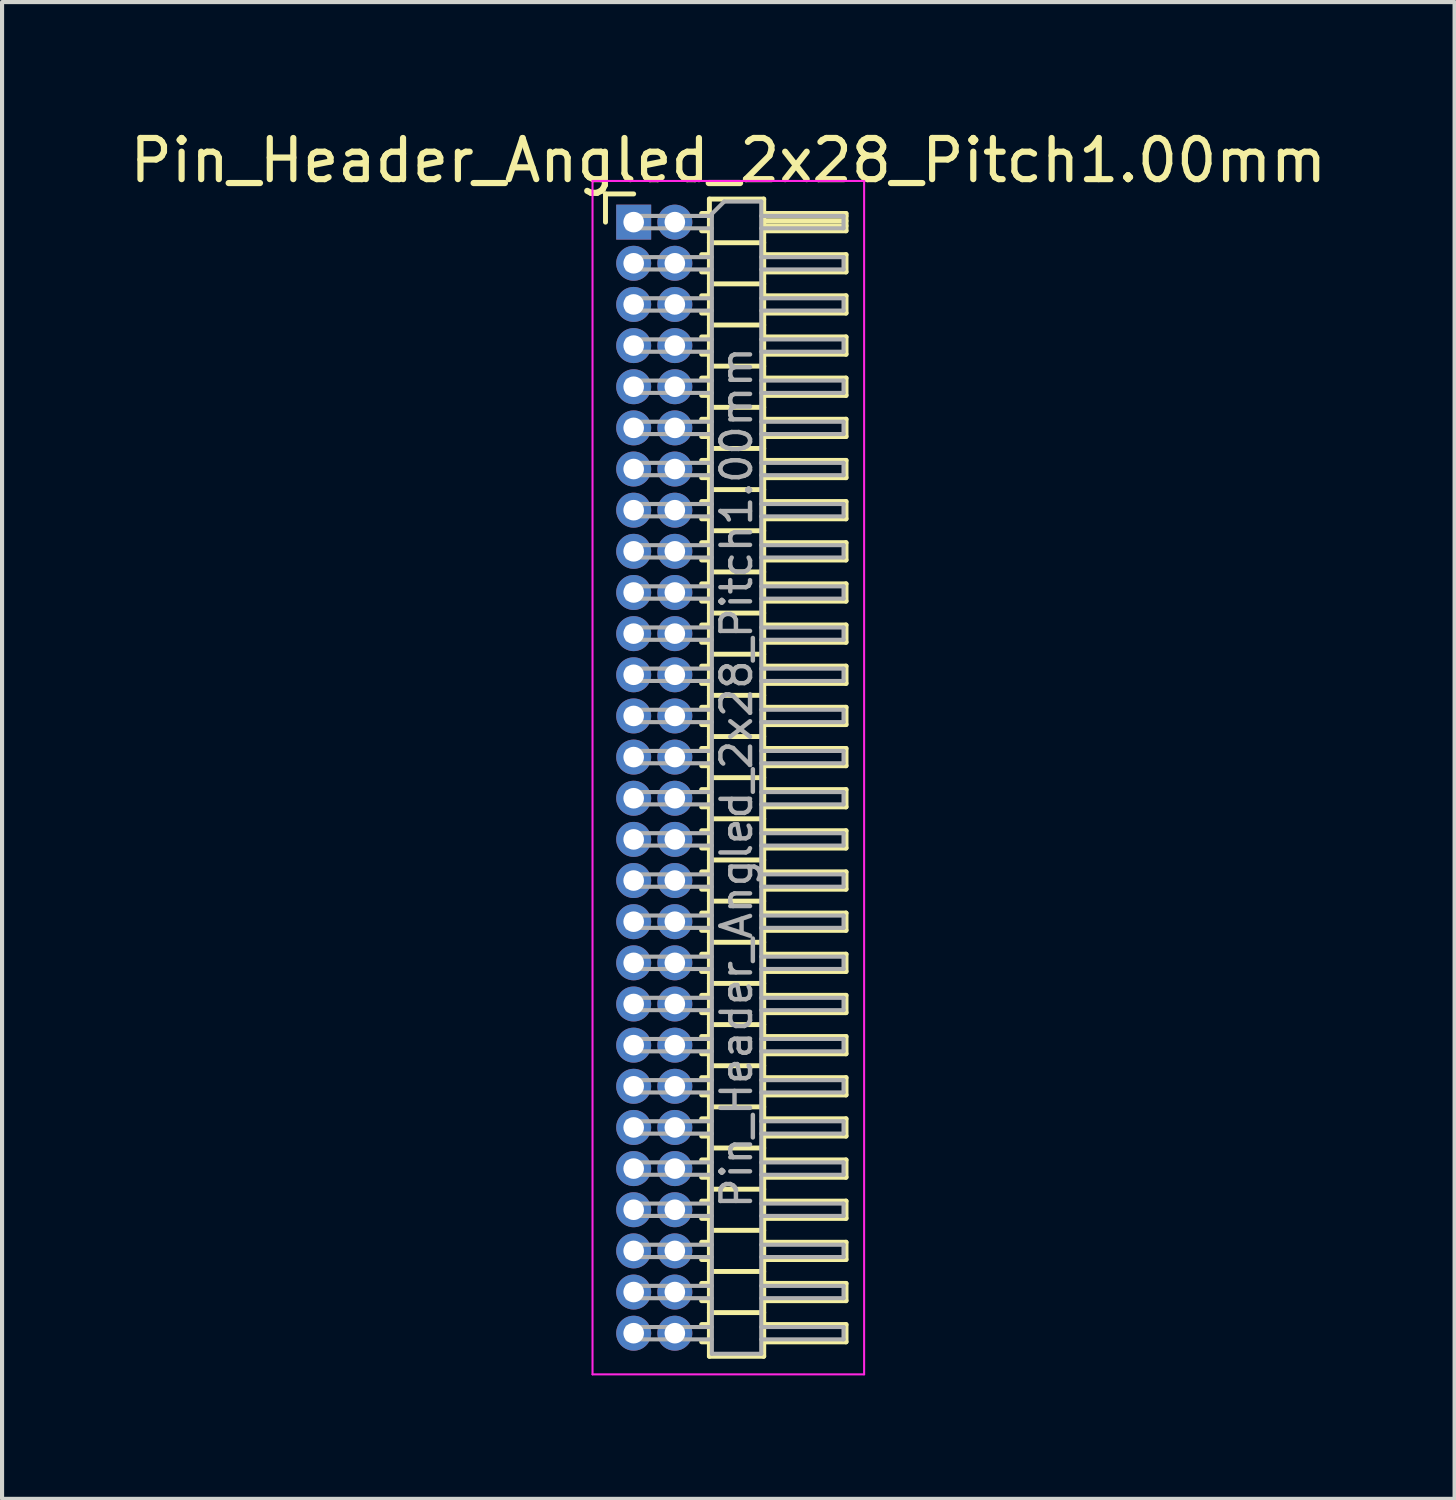
<source format=kicad_pcb>
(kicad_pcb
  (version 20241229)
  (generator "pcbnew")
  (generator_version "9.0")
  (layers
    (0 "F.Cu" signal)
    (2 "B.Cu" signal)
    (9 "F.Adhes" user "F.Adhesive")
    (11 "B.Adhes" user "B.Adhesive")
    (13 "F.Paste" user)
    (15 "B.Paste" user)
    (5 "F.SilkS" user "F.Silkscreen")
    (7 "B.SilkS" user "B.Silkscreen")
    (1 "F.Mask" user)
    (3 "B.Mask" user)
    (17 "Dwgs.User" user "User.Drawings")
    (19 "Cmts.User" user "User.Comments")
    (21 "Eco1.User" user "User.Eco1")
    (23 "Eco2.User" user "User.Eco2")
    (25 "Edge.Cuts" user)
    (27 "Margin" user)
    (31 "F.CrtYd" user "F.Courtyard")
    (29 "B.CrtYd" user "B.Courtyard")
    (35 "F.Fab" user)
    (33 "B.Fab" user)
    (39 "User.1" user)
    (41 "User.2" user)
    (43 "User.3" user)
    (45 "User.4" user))
  (footprint "Pin_Header_Angled_2x28_Pitch1.00mm"
    (layer "F.Cu")
    (at 12.349 2.348)
    (property "Reference" "Pin_Header_Angled_2x28_Pitch1.00mm" (at 2.3 -1.5 0) (layer "F.SilkS") (effects (font (size 1 1) (thickness 0.15))))
    (attr through_hole)
    (fp_line (start -0.685 -0.685) (end 0 -0.685) (stroke (width 0.12) (type solid)) (layer "F.SilkS"))
    (fp_line (start -0.685 0) (end -0.685 -0.685) (stroke (width 0.12) (type solid)) (layer "F.SilkS"))
    (fp_line (start 1.652 -0.21) (end 1.84 -0.21) (stroke (width 0.12) (type solid)) (layer "F.SilkS"))
    (fp_line (start 1.652 0.21) (end 1.84 0.21) (stroke (width 0.12) (type solid)) (layer "F.SilkS"))
    (fp_line (start 1.652 0.79) (end 1.84 0.79) (stroke (width 0.12) (type solid)) (layer "F.SilkS"))
    (fp_line (start 1.652 1.21) (end 1.84 1.21) (stroke (width 0.12) (type solid)) (layer "F.SilkS"))
    (fp_line (start 1.652 1.79) (end 1.84 1.79) (stroke (width 0.12) (type solid)) (layer "F.SilkS"))
    (fp_line (start 1.652 2.21) (end 1.84 2.21) (stroke (width 0.12) (type solid)) (layer "F.SilkS"))
    (fp_line (start 1.652 2.79) (end 1.84 2.79) (stroke (width 0.12) (type solid)) (layer "F.SilkS"))
    (fp_line (start 1.652 3.21) (end 1.84 3.21) (stroke (width 0.12) (type solid)) (layer "F.SilkS"))
    (fp_line (start 1.652 3.79) (end 1.84 3.79) (stroke (width 0.12) (type solid)) (layer "F.SilkS"))
    (fp_line (start 1.652 4.21) (end 1.84 4.21) (stroke (width 0.12) (type solid)) (layer "F.SilkS"))
    (fp_line (start 1.652 4.79) (end 1.84 4.79) (stroke (width 0.12) (type solid)) (layer "F.SilkS"))
    (fp_line (start 1.652 5.21) (end 1.84 5.21) (stroke (width 0.12) (type solid)) (layer "F.SilkS"))
    (fp_line (start 1.652 5.79) (end 1.84 5.79) (stroke (width 0.12) (type solid)) (layer "F.SilkS"))
    (fp_line (start 1.652 6.21) (end 1.84 6.21) (stroke (width 0.12) (type solid)) (layer "F.SilkS"))
    (fp_line (start 1.652 6.79) (end 1.84 6.79) (stroke (width 0.12) (type solid)) (layer "F.SilkS"))
    (fp_line (start 1.652 7.21) (end 1.84 7.21) (stroke (width 0.12) (type solid)) (layer "F.SilkS"))
    (fp_line (start 1.652 7.79) (end 1.84 7.79) (stroke (width 0.12) (type solid)) (layer "F.SilkS"))
    (fp_line (start 1.652 8.21) (end 1.84 8.21) (stroke (width 0.12) (type solid)) (layer "F.SilkS"))
    (fp_line (start 1.652 8.79) (end 1.84 8.79) (stroke (width 0.12) (type solid)) (layer "F.SilkS"))
    (fp_line (start 1.652 9.21) (end 1.84 9.21) (stroke (width 0.12) (type solid)) (layer "F.SilkS"))
    (fp_line (start 1.652 9.79) (end 1.84 9.79) (stroke (width 0.12) (type solid)) (layer "F.SilkS"))
    (fp_line (start 1.652 10.21) (end 1.84 10.21) (stroke (width 0.12) (type solid)) (layer "F.SilkS"))
    (fp_line (start 1.652 10.79) (end 1.84 10.79) (stroke (width 0.12) (type solid)) (layer "F.SilkS"))
    (fp_line (start 1.652 11.21) (end 1.84 11.21) (stroke (width 0.12) (type solid)) (layer "F.SilkS"))
    (fp_line (start 1.652 11.79) (end 1.84 11.79) (stroke (width 0.12) (type solid)) (layer "F.SilkS"))
    (fp_line (start 1.652 12.21) (end 1.84 12.21) (stroke (width 0.12) (type solid)) (layer "F.SilkS"))
    (fp_line (start 1.652 12.79) (end 1.84 12.79) (stroke (width 0.12) (type solid)) (layer "F.SilkS"))
    (fp_line (start 1.652 13.21) (end 1.84 13.21) (stroke (width 0.12) (type solid)) (layer "F.SilkS"))
    (fp_line (start 1.652 13.79) (end 1.84 13.79) (stroke (width 0.12) (type solid)) (layer "F.SilkS"))
    (fp_line (start 1.652 14.21) (end 1.84 14.21) (stroke (width 0.12) (type solid)) (layer "F.SilkS"))
    (fp_line (start 1.652 14.79) (end 1.84 14.79) (stroke (width 0.12) (type solid)) (layer "F.SilkS"))
    (fp_line (start 1.652 15.21) (end 1.84 15.21) (stroke (width 0.12) (type solid)) (layer "F.SilkS"))
    (fp_line (start 1.652 15.79) (end 1.84 15.79) (stroke (width 0.12) (type solid)) (layer "F.SilkS"))
    (fp_line (start 1.652 16.21) (end 1.84 16.21) (stroke (width 0.12) (type solid)) (layer "F.SilkS"))
    (fp_line (start 1.652 16.79) (end 1.84 16.79) (stroke (width 0.12) (type solid)) (layer "F.SilkS"))
    (fp_line (start 1.652 17.21) (end 1.84 17.21) (stroke (width 0.12) (type solid)) (layer "F.SilkS"))
    (fp_line (start 1.652 17.79) (end 1.84 17.79) (stroke (width 0.12) (type solid)) (layer "F.SilkS"))
    (fp_line (start 1.652 18.21) (end 1.84 18.21) (stroke (width 0.12) (type solid)) (layer "F.SilkS"))
    (fp_line (start 1.652 18.79) (end 1.84 18.79) (stroke (width 0.12) (type solid)) (layer "F.SilkS"))
    (fp_line (start 1.652 19.21) (end 1.84 19.21) (stroke (width 0.12) (type solid)) (layer "F.SilkS"))
    (fp_line (start 1.652 19.79) (end 1.84 19.79) (stroke (width 0.12) (type solid)) (layer "F.SilkS"))
    (fp_line (start 1.652 20.21) (end 1.84 20.21) (stroke (width 0.12) (type solid)) (layer "F.SilkS"))
    (fp_line (start 1.652 20.79) (end 1.84 20.79) (stroke (width 0.12) (type solid)) (layer "F.SilkS"))
    (fp_line (start 1.652 21.21) (end 1.84 21.21) (stroke (width 0.12) (type solid)) (layer "F.SilkS"))
    (fp_line (start 1.652 21.79) (end 1.84 21.79) (stroke (width 0.12) (type solid)) (layer "F.SilkS"))
    (fp_line (start 1.652 22.21) (end 1.84 22.21) (stroke (width 0.12) (type solid)) (layer "F.SilkS"))
    (fp_line (start 1.652 22.79) (end 1.84 22.79) (stroke (width 0.12) (type solid)) (layer "F.SilkS"))
    (fp_line (start 1.652 23.21) (end 1.84 23.21) (stroke (width 0.12) (type solid)) (layer "F.SilkS"))
    (fp_line (start 1.652 23.79) (end 1.84 23.79) (stroke (width 0.12) (type solid)) (layer "F.SilkS"))
    (fp_line (start 1.652 24.21) (end 1.84 24.21) (stroke (width 0.12) (type solid)) (layer "F.SilkS"))
    (fp_line (start 1.652 24.79) (end 1.84 24.79) (stroke (width 0.12) (type solid)) (layer "F.SilkS"))
    (fp_line (start 1.652 25.21) (end 1.84 25.21) (stroke (width 0.12) (type solid)) (layer "F.SilkS"))
    (fp_line (start 1.652 25.79) (end 1.84 25.79) (stroke (width 0.12) (type solid)) (layer "F.SilkS"))
    (fp_line (start 1.652 26.21) (end 1.84 26.21) (stroke (width 0.12) (type solid)) (layer "F.SilkS"))
    (fp_line (start 1.652 26.79) (end 1.84 26.79) (stroke (width 0.12) (type solid)) (layer "F.SilkS"))
    (fp_line (start 1.652 27.21) (end 1.84 27.21) (stroke (width 0.12) (type solid)) (layer "F.SilkS"))
    (fp_line (start 1.84 -0.56) (end 1.84 27.56) (stroke (width 0.12) (type solid)) (layer "F.SilkS"))
    (fp_line (start 1.84 0.5) (end 3.16 0.5) (stroke (width 0.12) (type solid)) (layer "F.SilkS"))
    (fp_line (start 1.84 1.5) (end 3.16 1.5) (stroke (width 0.12) (type solid)) (layer "F.SilkS"))
    (fp_line (start 1.84 2.5) (end 3.16 2.5) (stroke (width 0.12) (type solid)) (layer "F.SilkS"))
    (fp_line (start 1.84 3.5) (end 3.16 3.5) (stroke (width 0.12) (type solid)) (layer "F.SilkS"))
    (fp_line (start 1.84 4.5) (end 3.16 4.5) (stroke (width 0.12) (type solid)) (layer "F.SilkS"))
    (fp_line (start 1.84 5.5) (end 3.16 5.5) (stroke (width 0.12) (type solid)) (layer "F.SilkS"))
    (fp_line (start 1.84 6.5) (end 3.16 6.5) (stroke (width 0.12) (type solid)) (layer "F.SilkS"))
    (fp_line (start 1.84 7.5) (end 3.16 7.5) (stroke (width 0.12) (type solid)) (layer "F.SilkS"))
    (fp_line (start 1.84 8.5) (end 3.16 8.5) (stroke (width 0.12) (type solid)) (layer "F.SilkS"))
    (fp_line (start 1.84 9.5) (end 3.16 9.5) (stroke (width 0.12) (type solid)) (layer "F.SilkS"))
    (fp_line (start 1.84 10.5) (end 3.16 10.5) (stroke (width 0.12) (type solid)) (layer "F.SilkS"))
    (fp_line (start 1.84 11.5) (end 3.16 11.5) (stroke (width 0.12) (type solid)) (layer "F.SilkS"))
    (fp_line (start 1.84 12.5) (end 3.16 12.5) (stroke (width 0.12) (type solid)) (layer "F.SilkS"))
    (fp_line (start 1.84 13.5) (end 3.16 13.5) (stroke (width 0.12) (type solid)) (layer "F.SilkS"))
    (fp_line (start 1.84 14.5) (end 3.16 14.5) (stroke (width 0.12) (type solid)) (layer "F.SilkS"))
    (fp_line (start 1.84 15.5) (end 3.16 15.5) (stroke (width 0.12) (type solid)) (layer "F.SilkS"))
    (fp_line (start 1.84 16.5) (end 3.16 16.5) (stroke (width 0.12) (type solid)) (layer "F.SilkS"))
    (fp_line (start 1.84 17.5) (end 3.16 17.5) (stroke (width 0.12) (type solid)) (layer "F.SilkS"))
    (fp_line (start 1.84 18.5) (end 3.16 18.5) (stroke (width 0.12) (type solid)) (layer "F.SilkS"))
    (fp_line (start 1.84 19.5) (end 3.16 19.5) (stroke (width 0.12) (type solid)) (layer "F.SilkS"))
    (fp_line (start 1.84 20.5) (end 3.16 20.5) (stroke (width 0.12) (type solid)) (layer "F.SilkS"))
    (fp_line (start 1.84 21.5) (end 3.16 21.5) (stroke (width 0.12) (type solid)) (layer "F.SilkS"))
    (fp_line (start 1.84 22.5) (end 3.16 22.5) (stroke (width 0.12) (type solid)) (layer "F.SilkS"))
    (fp_line (start 1.84 23.5) (end 3.16 23.5) (stroke (width 0.12) (type solid)) (layer "F.SilkS"))
    (fp_line (start 1.84 24.5) (end 3.16 24.5) (stroke (width 0.12) (type solid)) (layer "F.SilkS"))
    (fp_line (start 1.84 25.5) (end 3.16 25.5) (stroke (width 0.12) (type solid)) (layer "F.SilkS"))
    (fp_line (start 1.84 26.5) (end 3.16 26.5) (stroke (width 0.12) (type solid)) (layer "F.SilkS"))
    (fp_line (start 1.84 27.56) (end 3.16 27.56) (stroke (width 0.12) (type solid)) (layer "F.SilkS"))
    (fp_line (start 3.16 -0.56) (end 1.84 -0.56) (stroke (width 0.12) (type solid)) (layer "F.SilkS"))
    (fp_line (start 3.16 -0.21) (end 5.16 -0.21) (stroke (width 0.12) (type solid)) (layer "F.SilkS"))
    (fp_line (start 3.16 -0.15) (end 5.16 -0.15) (stroke (width 0.12) (type solid)) (layer "F.SilkS"))
    (fp_line (start 3.16 -0.03) (end 5.16 -0.03) (stroke (width 0.12) (type solid)) (layer "F.SilkS"))
    (fp_line (start 3.16 0.09) (end 5.16 0.09) (stroke (width 0.12) (type solid)) (layer "F.SilkS"))
    (fp_line (start 3.16 0.79) (end 5.16 0.79) (stroke (width 0.12) (type solid)) (layer "F.SilkS"))
    (fp_line (start 3.16 1.79) (end 5.16 1.79) (stroke (width 0.12) (type solid)) (layer "F.SilkS"))
    (fp_line (start 3.16 2.79) (end 5.16 2.79) (stroke (width 0.12) (type solid)) (layer "F.SilkS"))
    (fp_line (start 3.16 3.79) (end 5.16 3.79) (stroke (width 0.12) (type solid)) (layer "F.SilkS"))
    (fp_line (start 3.16 4.79) (end 5.16 4.79) (stroke (width 0.12) (type solid)) (layer "F.SilkS"))
    (fp_line (start 3.16 5.79) (end 5.16 5.79) (stroke (width 0.12) (type solid)) (layer "F.SilkS"))
    (fp_line (start 3.16 6.79) (end 5.16 6.79) (stroke (width 0.12) (type solid)) (layer "F.SilkS"))
    (fp_line (start 3.16 7.79) (end 5.16 7.79) (stroke (width 0.12) (type solid)) (layer "F.SilkS"))
    (fp_line (start 3.16 8.79) (end 5.16 8.79) (stroke (width 0.12) (type solid)) (layer "F.SilkS"))
    (fp_line (start 3.16 9.79) (end 5.16 9.79) (stroke (width 0.12) (type solid)) (layer "F.SilkS"))
    (fp_line (start 3.16 10.79) (end 5.16 10.79) (stroke (width 0.12) (type solid)) (layer "F.SilkS"))
    (fp_line (start 3.16 11.79) (end 5.16 11.79) (stroke (width 0.12) (type solid)) (layer "F.SilkS"))
    (fp_line (start 3.16 12.79) (end 5.16 12.79) (stroke (width 0.12) (type solid)) (layer "F.SilkS"))
    (fp_line (start 3.16 13.79) (end 5.16 13.79) (stroke (width 0.12) (type solid)) (layer "F.SilkS"))
    (fp_line (start 3.16 14.79) (end 5.16 14.79) (stroke (width 0.12) (type solid)) (layer "F.SilkS"))
    (fp_line (start 3.16 15.79) (end 5.16 15.79) (stroke (width 0.12) (type solid)) (layer "F.SilkS"))
    (fp_line (start 3.16 16.79) (end 5.16 16.79) (stroke (width 0.12) (type solid)) (layer "F.SilkS"))
    (fp_line (start 3.16 17.79) (end 5.16 17.79) (stroke (width 0.12) (type solid)) (layer "F.SilkS"))
    (fp_line (start 3.16 18.79) (end 5.16 18.79) (stroke (width 0.12) (type solid)) (layer "F.SilkS"))
    (fp_line (start 3.16 19.79) (end 5.16 19.79) (stroke (width 0.12) (type solid)) (layer "F.SilkS"))
    (fp_line (start 3.16 20.79) (end 5.16 20.79) (stroke (width 0.12) (type solid)) (layer "F.SilkS"))
    (fp_line (start 3.16 21.79) (end 5.16 21.79) (stroke (width 0.12) (type solid)) (layer "F.SilkS"))
    (fp_line (start 3.16 22.79) (end 5.16 22.79) (stroke (width 0.12) (type solid)) (layer "F.SilkS"))
    (fp_line (start 3.16 23.79) (end 5.16 23.79) (stroke (width 0.12) (type solid)) (layer "F.SilkS"))
    (fp_line (start 3.16 24.79) (end 5.16 24.79) (stroke (width 0.12) (type solid)) (layer "F.SilkS"))
    (fp_line (start 3.16 25.79) (end 5.16 25.79) (stroke (width 0.12) (type solid)) (layer "F.SilkS"))
    (fp_line (start 3.16 26.79) (end 5.16 26.79) (stroke (width 0.12) (type solid)) (layer "F.SilkS"))
    (fp_line (start 3.16 27.56) (end 3.16 -0.56) (stroke (width 0.12) (type solid)) (layer "F.SilkS"))
    (fp_line (start 5.16 -0.21) (end 5.16 0.21) (stroke (width 0.12) (type solid)) (layer "F.SilkS"))
    (fp_line (start 5.16 0.21) (end 3.16 0.21) (stroke (width 0.12) (type solid)) (layer "F.SilkS"))
    (fp_line (start 5.16 0.79) (end 5.16 1.21) (stroke (width 0.12) (type solid)) (layer "F.SilkS"))
    (fp_line (start 5.16 1.21) (end 3.16 1.21) (stroke (width 0.12) (type solid)) (layer "F.SilkS"))
    (fp_line (start 5.16 1.79) (end 5.16 2.21) (stroke (width 0.12) (type solid)) (layer "F.SilkS"))
    (fp_line (start 5.16 2.21) (end 3.16 2.21) (stroke (width 0.12) (type solid)) (layer "F.SilkS"))
    (fp_line (start 5.16 2.79) (end 5.16 3.21) (stroke (width 0.12) (type solid)) (layer "F.SilkS"))
    (fp_line (start 5.16 3.21) (end 3.16 3.21) (stroke (width 0.12) (type solid)) (layer "F.SilkS"))
    (fp_line (start 5.16 3.79) (end 5.16 4.21) (stroke (width 0.12) (type solid)) (layer "F.SilkS"))
    (fp_line (start 5.16 4.21) (end 3.16 4.21) (stroke (width 0.12) (type solid)) (layer "F.SilkS"))
    (fp_line (start 5.16 4.79) (end 5.16 5.21) (stroke (width 0.12) (type solid)) (layer "F.SilkS"))
    (fp_line (start 5.16 5.21) (end 3.16 5.21) (stroke (width 0.12) (type solid)) (layer "F.SilkS"))
    (fp_line (start 5.16 5.79) (end 5.16 6.21) (stroke (width 0.12) (type solid)) (layer "F.SilkS"))
    (fp_line (start 5.16 6.21) (end 3.16 6.21) (stroke (width 0.12) (type solid)) (layer "F.SilkS"))
    (fp_line (start 5.16 6.79) (end 5.16 7.21) (stroke (width 0.12) (type solid)) (layer "F.SilkS"))
    (fp_line (start 5.16 7.21) (end 3.16 7.21) (stroke (width 0.12) (type solid)) (layer "F.SilkS"))
    (fp_line (start 5.16 7.79) (end 5.16 8.21) (stroke (width 0.12) (type solid)) (layer "F.SilkS"))
    (fp_line (start 5.16 8.21) (end 3.16 8.21) (stroke (width 0.12) (type solid)) (layer "F.SilkS"))
    (fp_line (start 5.16 8.79) (end 5.16 9.21) (stroke (width 0.12) (type solid)) (layer "F.SilkS"))
    (fp_line (start 5.16 9.21) (end 3.16 9.21) (stroke (width 0.12) (type solid)) (layer "F.SilkS"))
    (fp_line (start 5.16 9.79) (end 5.16 10.21) (stroke (width 0.12) (type solid)) (layer "F.SilkS"))
    (fp_line (start 5.16 10.21) (end 3.16 10.21) (stroke (width 0.12) (type solid)) (layer "F.SilkS"))
    (fp_line (start 5.16 10.79) (end 5.16 11.21) (stroke (width 0.12) (type solid)) (layer "F.SilkS"))
    (fp_line (start 5.16 11.21) (end 3.16 11.21) (stroke (width 0.12) (type solid)) (layer "F.SilkS"))
    (fp_line (start 5.16 11.79) (end 5.16 12.21) (stroke (width 0.12) (type solid)) (layer "F.SilkS"))
    (fp_line (start 5.16 12.21) (end 3.16 12.21) (stroke (width 0.12) (type solid)) (layer "F.SilkS"))
    (fp_line (start 5.16 12.79) (end 5.16 13.21) (stroke (width 0.12) (type solid)) (layer "F.SilkS"))
    (fp_line (start 5.16 13.21) (end 3.16 13.21) (stroke (width 0.12) (type solid)) (layer "F.SilkS"))
    (fp_line (start 5.16 13.79) (end 5.16 14.21) (stroke (width 0.12) (type solid)) (layer "F.SilkS"))
    (fp_line (start 5.16 14.21) (end 3.16 14.21) (stroke (width 0.12) (type solid)) (layer "F.SilkS"))
    (fp_line (start 5.16 14.79) (end 5.16 15.21) (stroke (width 0.12) (type solid)) (layer "F.SilkS"))
    (fp_line (start 5.16 15.21) (end 3.16 15.21) (stroke (width 0.12) (type solid)) (layer "F.SilkS"))
    (fp_line (start 5.16 15.79) (end 5.16 16.21) (stroke (width 0.12) (type solid)) (layer "F.SilkS"))
    (fp_line (start 5.16 16.21) (end 3.16 16.21) (stroke (width 0.12) (type solid)) (layer "F.SilkS"))
    (fp_line (start 5.16 16.79) (end 5.16 17.21) (stroke (width 0.12) (type solid)) (layer "F.SilkS"))
    (fp_line (start 5.16 17.21) (end 3.16 17.21) (stroke (width 0.12) (type solid)) (layer "F.SilkS"))
    (fp_line (start 5.16 17.79) (end 5.16 18.21) (stroke (width 0.12) (type solid)) (layer "F.SilkS"))
    (fp_line (start 5.16 18.21) (end 3.16 18.21) (stroke (width 0.12) (type solid)) (layer "F.SilkS"))
    (fp_line (start 5.16 18.79) (end 5.16 19.21) (stroke (width 0.12) (type solid)) (layer "F.SilkS"))
    (fp_line (start 5.16 19.21) (end 3.16 19.21) (stroke (width 0.12) (type solid)) (layer "F.SilkS"))
    (fp_line (start 5.16 19.79) (end 5.16 20.21) (stroke (width 0.12) (type solid)) (layer "F.SilkS"))
    (fp_line (start 5.16 20.21) (end 3.16 20.21) (stroke (width 0.12) (type solid)) (layer "F.SilkS"))
    (fp_line (start 5.16 20.79) (end 5.16 21.21) (stroke (width 0.12) (type solid)) (layer "F.SilkS"))
    (fp_line (start 5.16 21.21) (end 3.16 21.21) (stroke (width 0.12) (type solid)) (layer "F.SilkS"))
    (fp_line (start 5.16 21.79) (end 5.16 22.21) (stroke (width 0.12) (type solid)) (layer "F.SilkS"))
    (fp_line (start 5.16 22.21) (end 3.16 22.21) (stroke (width 0.12) (type solid)) (layer "F.SilkS"))
    (fp_line (start 5.16 22.79) (end 5.16 23.21) (stroke (width 0.12) (type solid)) (layer "F.SilkS"))
    (fp_line (start 5.16 23.21) (end 3.16 23.21) (stroke (width 0.12) (type solid)) (layer "F.SilkS"))
    (fp_line (start 5.16 23.79) (end 5.16 24.21) (stroke (width 0.12) (type solid)) (layer "F.SilkS"))
    (fp_line (start 5.16 24.21) (end 3.16 24.21) (stroke (width 0.12) (type solid)) (layer "F.SilkS"))
    (fp_line (start 5.16 24.79) (end 5.16 25.21) (stroke (width 0.12) (type solid)) (layer "F.SilkS"))
    (fp_line (start 5.16 25.21) (end 3.16 25.21) (stroke (width 0.12) (type solid)) (layer "F.SilkS"))
    (fp_line (start 5.16 25.79) (end 5.16 26.21) (stroke (width 0.12) (type solid)) (layer "F.SilkS"))
    (fp_line (start 5.16 26.21) (end 3.16 26.21) (stroke (width 0.12) (type solid)) (layer "F.SilkS"))
    (fp_line (start 5.16 26.79) (end 5.16 27.21) (stroke (width 0.12) (type solid)) (layer "F.SilkS"))
    (fp_line (start 5.16 27.21) (end 3.16 27.21) (stroke (width 0.12) (type solid)) (layer "F.SilkS"))
    (fp_line (start -1 -1) (end -1 28) (stroke (width 0.05) (type solid)) (layer "F.CrtYd"))
    (fp_line (start -1 28) (end 5.6 28) (stroke (width 0.05) (type solid)) (layer "F.CrtYd"))
    (fp_line (start 5.6 -1) (end -1 -1) (stroke (width 0.05) (type solid)) (layer "F.CrtYd"))
    (fp_line (start 5.6 28) (end 5.6 -1) (stroke (width 0.05) (type solid)) (layer "F.CrtYd"))
    (fp_line (start -0.15 -0.15) (end -0.15 0.15) (stroke (width 0.1) (type solid)) (layer "F.Fab"))
    (fp_line (start -0.15 -0.15) (end 1.9 -0.15) (stroke (width 0.1) (type solid)) (layer "F.Fab"))
    (fp_line (start -0.15 0.15) (end 1.9 0.15) (stroke (width 0.1) (type solid)) (layer "F.Fab"))
    (fp_line (start -0.15 0.85) (end -0.15 1.15) (stroke (width 0.1) (type solid)) (layer "F.Fab"))
    (fp_line (start -0.15 0.85) (end 1.9 0.85) (stroke (width 0.1) (type solid)) (layer "F.Fab"))
    (fp_line (start -0.15 1.15) (end 1.9 1.15) (stroke (width 0.1) (type solid)) (layer "F.Fab"))
    (fp_line (start -0.15 1.85) (end -0.15 2.15) (stroke (width 0.1) (type solid)) (layer "F.Fab"))
    (fp_line (start -0.15 1.85) (end 1.9 1.85) (stroke (width 0.1) (type solid)) (layer "F.Fab"))
    (fp_line (start -0.15 2.15) (end 1.9 2.15) (stroke (width 0.1) (type solid)) (layer "F.Fab"))
    (fp_line (start -0.15 2.85) (end -0.15 3.15) (stroke (width 0.1) (type solid)) (layer "F.Fab"))
    (fp_line (start -0.15 2.85) (end 1.9 2.85) (stroke (width 0.1) (type solid)) (layer "F.Fab"))
    (fp_line (start -0.15 3.15) (end 1.9 3.15) (stroke (width 0.1) (type solid)) (layer "F.Fab"))
    (fp_line (start -0.15 3.85) (end -0.15 4.15) (stroke (width 0.1) (type solid)) (layer "F.Fab"))
    (fp_line (start -0.15 3.85) (end 1.9 3.85) (stroke (width 0.1) (type solid)) (layer "F.Fab"))
    (fp_line (start -0.15 4.15) (end 1.9 4.15) (stroke (width 0.1) (type solid)) (layer "F.Fab"))
    (fp_line (start -0.15 4.85) (end -0.15 5.15) (stroke (width 0.1) (type solid)) (layer "F.Fab"))
    (fp_line (start -0.15 4.85) (end 1.9 4.85) (stroke (width 0.1) (type solid)) (layer "F.Fab"))
    (fp_line (start -0.15 5.15) (end 1.9 5.15) (stroke (width 0.1) (type solid)) (layer "F.Fab"))
    (fp_line (start -0.15 5.85) (end -0.15 6.15) (stroke (width 0.1) (type solid)) (layer "F.Fab"))
    (fp_line (start -0.15 5.85) (end 1.9 5.85) (stroke (width 0.1) (type solid)) (layer "F.Fab"))
    (fp_line (start -0.15 6.15) (end 1.9 6.15) (stroke (width 0.1) (type solid)) (layer "F.Fab"))
    (fp_line (start -0.15 6.85) (end -0.15 7.15) (stroke (width 0.1) (type solid)) (layer "F.Fab"))
    (fp_line (start -0.15 6.85) (end 1.9 6.85) (stroke (width 0.1) (type solid)) (layer "F.Fab"))
    (fp_line (start -0.15 7.15) (end 1.9 7.15) (stroke (width 0.1) (type solid)) (layer "F.Fab"))
    (fp_line (start -0.15 7.85) (end -0.15 8.15) (stroke (width 0.1) (type solid)) (layer "F.Fab"))
    (fp_line (start -0.15 7.85) (end 1.9 7.85) (stroke (width 0.1) (type solid)) (layer "F.Fab"))
    (fp_line (start -0.15 8.15) (end 1.9 8.15) (stroke (width 0.1) (type solid)) (layer "F.Fab"))
    (fp_line (start -0.15 8.85) (end -0.15 9.15) (stroke (width 0.1) (type solid)) (layer "F.Fab"))
    (fp_line (start -0.15 8.85) (end 1.9 8.85) (stroke (width 0.1) (type solid)) (layer "F.Fab"))
    (fp_line (start -0.15 9.15) (end 1.9 9.15) (stroke (width 0.1) (type solid)) (layer "F.Fab"))
    (fp_line (start -0.15 9.85) (end -0.15 10.15) (stroke (width 0.1) (type solid)) (layer "F.Fab"))
    (fp_line (start -0.15 9.85) (end 1.9 9.85) (stroke (width 0.1) (type solid)) (layer "F.Fab"))
    (fp_line (start -0.15 10.15) (end 1.9 10.15) (stroke (width 0.1) (type solid)) (layer "F.Fab"))
    (fp_line (start -0.15 10.85) (end -0.15 11.15) (stroke (width 0.1) (type solid)) (layer "F.Fab"))
    (fp_line (start -0.15 10.85) (end 1.9 10.85) (stroke (width 0.1) (type solid)) (layer "F.Fab"))
    (fp_line (start -0.15 11.15) (end 1.9 11.15) (stroke (width 0.1) (type solid)) (layer "F.Fab"))
    (fp_line (start -0.15 11.85) (end -0.15 12.15) (stroke (width 0.1) (type solid)) (layer "F.Fab"))
    (fp_line (start -0.15 11.85) (end 1.9 11.85) (stroke (width 0.1) (type solid)) (layer "F.Fab"))
    (fp_line (start -0.15 12.15) (end 1.9 12.15) (stroke (width 0.1) (type solid)) (layer "F.Fab"))
    (fp_line (start -0.15 12.85) (end -0.15 13.15) (stroke (width 0.1) (type solid)) (layer "F.Fab"))
    (fp_line (start -0.15 12.85) (end 1.9 12.85) (stroke (width 0.1) (type solid)) (layer "F.Fab"))
    (fp_line (start -0.15 13.15) (end 1.9 13.15) (stroke (width 0.1) (type solid)) (layer "F.Fab"))
    (fp_line (start -0.15 13.85) (end -0.15 14.15) (stroke (width 0.1) (type solid)) (layer "F.Fab"))
    (fp_line (start -0.15 13.85) (end 1.9 13.85) (stroke (width 0.1) (type solid)) (layer "F.Fab"))
    (fp_line (start -0.15 14.15) (end 1.9 14.15) (stroke (width 0.1) (type solid)) (layer "F.Fab"))
    (fp_line (start -0.15 14.85) (end -0.15 15.15) (stroke (width 0.1) (type solid)) (layer "F.Fab"))
    (fp_line (start -0.15 14.85) (end 1.9 14.85) (stroke (width 0.1) (type solid)) (layer "F.Fab"))
    (fp_line (start -0.15 15.15) (end 1.9 15.15) (stroke (width 0.1) (type solid)) (layer "F.Fab"))
    (fp_line (start -0.15 15.85) (end -0.15 16.15) (stroke (width 0.1) (type solid)) (layer "F.Fab"))
    (fp_line (start -0.15 15.85) (end 1.9 15.85) (stroke (width 0.1) (type solid)) (layer "F.Fab"))
    (fp_line (start -0.15 16.15) (end 1.9 16.15) (stroke (width 0.1) (type solid)) (layer "F.Fab"))
    (fp_line (start -0.15 16.85) (end -0.15 17.15) (stroke (width 0.1) (type solid)) (layer "F.Fab"))
    (fp_line (start -0.15 16.85) (end 1.9 16.85) (stroke (width 0.1) (type solid)) (layer "F.Fab"))
    (fp_line (start -0.15 17.15) (end 1.9 17.15) (stroke (width 0.1) (type solid)) (layer "F.Fab"))
    (fp_line (start -0.15 17.85) (end -0.15 18.15) (stroke (width 0.1) (type solid)) (layer "F.Fab"))
    (fp_line (start -0.15 17.85) (end 1.9 17.85) (stroke (width 0.1) (type solid)) (layer "F.Fab"))
    (fp_line (start -0.15 18.15) (end 1.9 18.15) (stroke (width 0.1) (type solid)) (layer "F.Fab"))
    (fp_line (start -0.15 18.85) (end -0.15 19.15) (stroke (width 0.1) (type solid)) (layer "F.Fab"))
    (fp_line (start -0.15 18.85) (end 1.9 18.85) (stroke (width 0.1) (type solid)) (layer "F.Fab"))
    (fp_line (start -0.15 19.15) (end 1.9 19.15) (stroke (width 0.1) (type solid)) (layer "F.Fab"))
    (fp_line (start -0.15 19.85) (end -0.15 20.15) (stroke (width 0.1) (type solid)) (layer "F.Fab"))
    (fp_line (start -0.15 19.85) (end 1.9 19.85) (stroke (width 0.1) (type solid)) (layer "F.Fab"))
    (fp_line (start -0.15 20.15) (end 1.9 20.15) (stroke (width 0.1) (type solid)) (layer "F.Fab"))
    (fp_line (start -0.15 20.85) (end -0.15 21.15) (stroke (width 0.1) (type solid)) (layer "F.Fab"))
    (fp_line (start -0.15 20.85) (end 1.9 20.85) (stroke (width 0.1) (type solid)) (layer "F.Fab"))
    (fp_line (start -0.15 21.15) (end 1.9 21.15) (stroke (width 0.1) (type solid)) (layer "F.Fab"))
    (fp_line (start -0.15 21.85) (end -0.15 22.15) (stroke (width 0.1) (type solid)) (layer "F.Fab"))
    (fp_line (start -0.15 21.85) (end 1.9 21.85) (stroke (width 0.1) (type solid)) (layer "F.Fab"))
    (fp_line (start -0.15 22.15) (end 1.9 22.15) (stroke (width 0.1) (type solid)) (layer "F.Fab"))
    (fp_line (start -0.15 22.85) (end -0.15 23.15) (stroke (width 0.1) (type solid)) (layer "F.Fab"))
    (fp_line (start -0.15 22.85) (end 1.9 22.85) (stroke (width 0.1) (type solid)) (layer "F.Fab"))
    (fp_line (start -0.15 23.15) (end 1.9 23.15) (stroke (width 0.1) (type solid)) (layer "F.Fab"))
    (fp_line (start -0.15 23.85) (end -0.15 24.15) (stroke (width 0.1) (type solid)) (layer "F.Fab"))
    (fp_line (start -0.15 23.85) (end 1.9 23.85) (stroke (width 0.1) (type solid)) (layer "F.Fab"))
    (fp_line (start -0.15 24.15) (end 1.9 24.15) (stroke (width 0.1) (type solid)) (layer "F.Fab"))
    (fp_line (start -0.15 24.85) (end -0.15 25.15) (stroke (width 0.1) (type solid)) (layer "F.Fab"))
    (fp_line (start -0.15 24.85) (end 1.9 24.85) (stroke (width 0.1) (type solid)) (layer "F.Fab"))
    (fp_line (start -0.15 25.15) (end 1.9 25.15) (stroke (width 0.1) (type solid)) (layer "F.Fab"))
    (fp_line (start -0.15 25.85) (end -0.15 26.15) (stroke (width 0.1) (type solid)) (layer "F.Fab"))
    (fp_line (start -0.15 25.85) (end 1.9 25.85) (stroke (width 0.1) (type solid)) (layer "F.Fab"))
    (fp_line (start -0.15 26.15) (end 1.9 26.15) (stroke (width 0.1) (type solid)) (layer "F.Fab"))
    (fp_line (start -0.15 26.85) (end -0.15 27.15) (stroke (width 0.1) (type solid)) (layer "F.Fab"))
    (fp_line (start -0.15 26.85) (end 1.9 26.85) (stroke (width 0.1) (type solid)) (layer "F.Fab"))
    (fp_line (start -0.15 27.15) (end 1.9 27.15) (stroke (width 0.1) (type solid)) (layer "F.Fab"))
    (fp_line (start 1.9 -0.2) (end 2.2 -0.5) (stroke (width 0.1) (type solid)) (layer "F.Fab"))
    (fp_line (start 1.9 27.5) (end 1.9 -0.2) (stroke (width 0.1) (type solid)) (layer "F.Fab"))
    (fp_line (start 2.2 -0.5) (end 3.1 -0.5) (stroke (width 0.1) (type solid)) (layer "F.Fab"))
    (fp_line (start 3.1 -0.5) (end 3.1 27.5) (stroke (width 0.1) (type solid)) (layer "F.Fab"))
    (fp_line (start 3.1 -0.15) (end 5.1 -0.15) (stroke (width 0.1) (type solid)) (layer "F.Fab"))
    (fp_line (start 3.1 0.15) (end 5.1 0.15) (stroke (width 0.1) (type solid)) (layer "F.Fab"))
    (fp_line (start 3.1 0.85) (end 5.1 0.85) (stroke (width 0.1) (type solid)) (layer "F.Fab"))
    (fp_line (start 3.1 1.15) (end 5.1 1.15) (stroke (width 0.1) (type solid)) (layer "F.Fab"))
    (fp_line (start 3.1 1.85) (end 5.1 1.85) (stroke (width 0.1) (type solid)) (layer "F.Fab"))
    (fp_line (start 3.1 2.15) (end 5.1 2.15) (stroke (width 0.1) (type solid)) (layer "F.Fab"))
    (fp_line (start 3.1 2.85) (end 5.1 2.85) (stroke (width 0.1) (type solid)) (layer "F.Fab"))
    (fp_line (start 3.1 3.15) (end 5.1 3.15) (stroke (width 0.1) (type solid)) (layer "F.Fab"))
    (fp_line (start 3.1 3.85) (end 5.1 3.85) (stroke (width 0.1) (type solid)) (layer "F.Fab"))
    (fp_line (start 3.1 4.15) (end 5.1 4.15) (stroke (width 0.1) (type solid)) (layer "F.Fab"))
    (fp_line (start 3.1 4.85) (end 5.1 4.85) (stroke (width 0.1) (type solid)) (layer "F.Fab"))
    (fp_line (start 3.1 5.15) (end 5.1 5.15) (stroke (width 0.1) (type solid)) (layer "F.Fab"))
    (fp_line (start 3.1 5.85) (end 5.1 5.85) (stroke (width 0.1) (type solid)) (layer "F.Fab"))
    (fp_line (start 3.1 6.15) (end 5.1 6.15) (stroke (width 0.1) (type solid)) (layer "F.Fab"))
    (fp_line (start 3.1 6.85) (end 5.1 6.85) (stroke (width 0.1) (type solid)) (layer "F.Fab"))
    (fp_line (start 3.1 7.15) (end 5.1 7.15) (stroke (width 0.1) (type solid)) (layer "F.Fab"))
    (fp_line (start 3.1 7.85) (end 5.1 7.85) (stroke (width 0.1) (type solid)) (layer "F.Fab"))
    (fp_line (start 3.1 8.15) (end 5.1 8.15) (stroke (width 0.1) (type solid)) (layer "F.Fab"))
    (fp_line (start 3.1 8.85) (end 5.1 8.85) (stroke (width 0.1) (type solid)) (layer "F.Fab"))
    (fp_line (start 3.1 9.15) (end 5.1 9.15) (stroke (width 0.1) (type solid)) (layer "F.Fab"))
    (fp_line (start 3.1 9.85) (end 5.1 9.85) (stroke (width 0.1) (type solid)) (layer "F.Fab"))
    (fp_line (start 3.1 10.15) (end 5.1 10.15) (stroke (width 0.1) (type solid)) (layer "F.Fab"))
    (fp_line (start 3.1 10.85) (end 5.1 10.85) (stroke (width 0.1) (type solid)) (layer "F.Fab"))
    (fp_line (start 3.1 11.15) (end 5.1 11.15) (stroke (width 0.1) (type solid)) (layer "F.Fab"))
    (fp_line (start 3.1 11.85) (end 5.1 11.85) (stroke (width 0.1) (type solid)) (layer "F.Fab"))
    (fp_line (start 3.1 12.15) (end 5.1 12.15) (stroke (width 0.1) (type solid)) (layer "F.Fab"))
    (fp_line (start 3.1 12.85) (end 5.1 12.85) (stroke (width 0.1) (type solid)) (layer "F.Fab"))
    (fp_line (start 3.1 13.15) (end 5.1 13.15) (stroke (width 0.1) (type solid)) (layer "F.Fab"))
    (fp_line (start 3.1 13.85) (end 5.1 13.85) (stroke (width 0.1) (type solid)) (layer "F.Fab"))
    (fp_line (start 3.1 14.15) (end 5.1 14.15) (stroke (width 0.1) (type solid)) (layer "F.Fab"))
    (fp_line (start 3.1 14.85) (end 5.1 14.85) (stroke (width 0.1) (type solid)) (layer "F.Fab"))
    (fp_line (start 3.1 15.15) (end 5.1 15.15) (stroke (width 0.1) (type solid)) (layer "F.Fab"))
    (fp_line (start 3.1 15.85) (end 5.1 15.85) (stroke (width 0.1) (type solid)) (layer "F.Fab"))
    (fp_line (start 3.1 16.15) (end 5.1 16.15) (stroke (width 0.1) (type solid)) (layer "F.Fab"))
    (fp_line (start 3.1 16.85) (end 5.1 16.85) (stroke (width 0.1) (type solid)) (layer "F.Fab"))
    (fp_line (start 3.1 17.15) (end 5.1 17.15) (stroke (width 0.1) (type solid)) (layer "F.Fab"))
    (fp_line (start 3.1 17.85) (end 5.1 17.85) (stroke (width 0.1) (type solid)) (layer "F.Fab"))
    (fp_line (start 3.1 18.15) (end 5.1 18.15) (stroke (width 0.1) (type solid)) (layer "F.Fab"))
    (fp_line (start 3.1 18.85) (end 5.1 18.85) (stroke (width 0.1) (type solid)) (layer "F.Fab"))
    (fp_line (start 3.1 19.15) (end 5.1 19.15) (stroke (width 0.1) (type solid)) (layer "F.Fab"))
    (fp_line (start 3.1 19.85) (end 5.1 19.85) (stroke (width 0.1) (type solid)) (layer "F.Fab"))
    (fp_line (start 3.1 20.15) (end 5.1 20.15) (stroke (width 0.1) (type solid)) (layer "F.Fab"))
    (fp_line (start 3.1 20.85) (end 5.1 20.85) (stroke (width 0.1) (type solid)) (layer "F.Fab"))
    (fp_line (start 3.1 21.15) (end 5.1 21.15) (stroke (width 0.1) (type solid)) (layer "F.Fab"))
    (fp_line (start 3.1 21.85) (end 5.1 21.85) (stroke (width 0.1) (type solid)) (layer "F.Fab"))
    (fp_line (start 3.1 22.15) (end 5.1 22.15) (stroke (width 0.1) (type solid)) (layer "F.Fab"))
    (fp_line (start 3.1 22.85) (end 5.1 22.85) (stroke (width 0.1) (type solid)) (layer "F.Fab"))
    (fp_line (start 3.1 23.15) (end 5.1 23.15) (stroke (width 0.1) (type solid)) (layer "F.Fab"))
    (fp_line (start 3.1 23.85) (end 5.1 23.85) (stroke (width 0.1) (type solid)) (layer "F.Fab"))
    (fp_line (start 3.1 24.15) (end 5.1 24.15) (stroke (width 0.1) (type solid)) (layer "F.Fab"))
    (fp_line (start 3.1 24.85) (end 5.1 24.85) (stroke (width 0.1) (type solid)) (layer "F.Fab"))
    (fp_line (start 3.1 25.15) (end 5.1 25.15) (stroke (width 0.1) (type solid)) (layer "F.Fab"))
    (fp_line (start 3.1 25.85) (end 5.1 25.85) (stroke (width 0.1) (type solid)) (layer "F.Fab"))
    (fp_line (start 3.1 26.15) (end 5.1 26.15) (stroke (width 0.1) (type solid)) (layer "F.Fab"))
    (fp_line (start 3.1 26.85) (end 5.1 26.85) (stroke (width 0.1) (type solid)) (layer "F.Fab"))
    (fp_line (start 3.1 27.15) (end 5.1 27.15) (stroke (width 0.1) (type solid)) (layer "F.Fab"))
    (fp_line (start 3.1 27.5) (end 1.9 27.5) (stroke (width 0.1) (type solid)) (layer "F.Fab"))
    (fp_line (start 5.1 -0.15) (end 5.1 0.15) (stroke (width 0.1) (type solid)) (layer "F.Fab"))
    (fp_line (start 5.1 0.85) (end 5.1 1.15) (stroke (width 0.1) (type solid)) (layer "F.Fab"))
    (fp_line (start 5.1 1.85) (end 5.1 2.15) (stroke (width 0.1) (type solid)) (layer "F.Fab"))
    (fp_line (start 5.1 2.85) (end 5.1 3.15) (stroke (width 0.1) (type solid)) (layer "F.Fab"))
    (fp_line (start 5.1 3.85) (end 5.1 4.15) (stroke (width 0.1) (type solid)) (layer "F.Fab"))
    (fp_line (start 5.1 4.85) (end 5.1 5.15) (stroke (width 0.1) (type solid)) (layer "F.Fab"))
    (fp_line (start 5.1 5.85) (end 5.1 6.15) (stroke (width 0.1) (type solid)) (layer "F.Fab"))
    (fp_line (start 5.1 6.85) (end 5.1 7.15) (stroke (width 0.1) (type solid)) (layer "F.Fab"))
    (fp_line (start 5.1 7.85) (end 5.1 8.15) (stroke (width 0.1) (type solid)) (layer "F.Fab"))
    (fp_line (start 5.1 8.85) (end 5.1 9.15) (stroke (width 0.1) (type solid)) (layer "F.Fab"))
    (fp_line (start 5.1 9.85) (end 5.1 10.15) (stroke (width 0.1) (type solid)) (layer "F.Fab"))
    (fp_line (start 5.1 10.85) (end 5.1 11.15) (stroke (width 0.1) (type solid)) (layer "F.Fab"))
    (fp_line (start 5.1 11.85) (end 5.1 12.15) (stroke (width 0.1) (type solid)) (layer "F.Fab"))
    (fp_line (start 5.1 12.85) (end 5.1 13.15) (stroke (width 0.1) (type solid)) (layer "F.Fab"))
    (fp_line (start 5.1 13.85) (end 5.1 14.15) (stroke (width 0.1) (type solid)) (layer "F.Fab"))
    (fp_line (start 5.1 14.85) (end 5.1 15.15) (stroke (width 0.1) (type solid)) (layer "F.Fab"))
    (fp_line (start 5.1 15.85) (end 5.1 16.15) (stroke (width 0.1) (type solid)) (layer "F.Fab"))
    (fp_line (start 5.1 16.85) (end 5.1 17.15) (stroke (width 0.1) (type solid)) (layer "F.Fab"))
    (fp_line (start 5.1 17.85) (end 5.1 18.15) (stroke (width 0.1) (type solid)) (layer "F.Fab"))
    (fp_line (start 5.1 18.85) (end 5.1 19.15) (stroke (width 0.1) (type solid)) (layer "F.Fab"))
    (fp_line (start 5.1 19.85) (end 5.1 20.15) (stroke (width 0.1) (type solid)) (layer "F.Fab"))
    (fp_line (start 5.1 20.85) (end 5.1 21.15) (stroke (width 0.1) (type solid)) (layer "F.Fab"))
    (fp_line (start 5.1 21.85) (end 5.1 22.15) (stroke (width 0.1) (type solid)) (layer "F.Fab"))
    (fp_line (start 5.1 22.85) (end 5.1 23.15) (stroke (width 0.1) (type solid)) (layer "F.Fab"))
    (fp_line (start 5.1 23.85) (end 5.1 24.15) (stroke (width 0.1) (type solid)) (layer "F.Fab"))
    (fp_line (start 5.1 24.85) (end 5.1 25.15) (stroke (width 0.1) (type solid)) (layer "F.Fab"))
    (fp_line (start 5.1 25.85) (end 5.1 26.15) (stroke (width 0.1) (type solid)) (layer "F.Fab"))
    (fp_line (start 5.1 26.85) (end 5.1 27.15) (stroke (width 0.1) (type solid)) (layer "F.Fab"))
    (fp_text user "${REFERENCE}" (at 2.5 13.5 90) (layer "F.Fab") (effects (font (size 0.72 0.72) (thickness 0.108))))
    (pad "1" thru_hole rect (at 0 0) (size 0.85 0.85) (drill 0.5) (layers "*.Cu" "*.Mask"))
    (pad "2" thru_hole oval (at 1 0) (size 0.85 0.85) (drill 0.5) (layers "*.Cu" "*.Mask"))
    (pad "3" thru_hole oval (at 0 1) (size 0.85 0.85) (drill 0.5) (layers "*.Cu" "*.Mask"))
    (pad "4" thru_hole oval (at 1 1) (size 0.85 0.85) (drill 0.5) (layers "*.Cu" "*.Mask"))
    (pad "5" thru_hole oval (at 0 2) (size 0.85 0.85) (drill 0.5) (layers "*.Cu" "*.Mask"))
    (pad "6" thru_hole oval (at 1 2) (size 0.85 0.85) (drill 0.5) (layers "*.Cu" "*.Mask"))
    (pad "7" thru_hole oval (at 0 3) (size 0.85 0.85) (drill 0.5) (layers "*.Cu" "*.Mask"))
    (pad "8" thru_hole oval (at 1 3) (size 0.85 0.85) (drill 0.5) (layers "*.Cu" "*.Mask"))
    (pad "9" thru_hole oval (at 0 4) (size 0.85 0.85) (drill 0.5) (layers "*.Cu" "*.Mask"))
    (pad "10" thru_hole oval (at 1 4) (size 0.85 0.85) (drill 0.5) (layers "*.Cu" "*.Mask"))
    (pad "11" thru_hole oval (at 0 5) (size 0.85 0.85) (drill 0.5) (layers "*.Cu" "*.Mask"))
    (pad "12" thru_hole oval (at 1 5) (size 0.85 0.85) (drill 0.5) (layers "*.Cu" "*.Mask"))
    (pad "13" thru_hole oval (at 0 6) (size 0.85 0.85) (drill 0.5) (layers "*.Cu" "*.Mask"))
    (pad "14" thru_hole oval (at 1 6) (size 0.85 0.85) (drill 0.5) (layers "*.Cu" "*.Mask"))
    (pad "15" thru_hole oval (at 0 7) (size 0.85 0.85) (drill 0.5) (layers "*.Cu" "*.Mask"))
    (pad "16" thru_hole oval (at 1 7) (size 0.85 0.85) (drill 0.5) (layers "*.Cu" "*.Mask"))
    (pad "17" thru_hole oval (at 0 8) (size 0.85 0.85) (drill 0.5) (layers "*.Cu" "*.Mask"))
    (pad "18" thru_hole oval (at 1 8) (size 0.85 0.85) (drill 0.5) (layers "*.Cu" "*.Mask"))
    (pad "19" thru_hole oval (at 0 9) (size 0.85 0.85) (drill 0.5) (layers "*.Cu" "*.Mask"))
    (pad "20" thru_hole oval (at 1 9) (size 0.85 0.85) (drill 0.5) (layers "*.Cu" "*.Mask"))
    (pad "21" thru_hole oval (at 0 10) (size 0.85 0.85) (drill 0.5) (layers "*.Cu" "*.Mask"))
    (pad "22" thru_hole oval (at 1 10) (size 0.85 0.85) (drill 0.5) (layers "*.Cu" "*.Mask"))
    (pad "23" thru_hole oval (at 0 11) (size 0.85 0.85) (drill 0.5) (layers "*.Cu" "*.Mask"))
    (pad "24" thru_hole oval (at 1 11) (size 0.85 0.85) (drill 0.5) (layers "*.Cu" "*.Mask"))
    (pad "25" thru_hole oval (at 0 12) (size 0.85 0.85) (drill 0.5) (layers "*.Cu" "*.Mask"))
    (pad "26" thru_hole oval (at 1 12) (size 0.85 0.85) (drill 0.5) (layers "*.Cu" "*.Mask"))
    (pad "27" thru_hole oval (at 0 13) (size 0.85 0.85) (drill 0.5) (layers "*.Cu" "*.Mask"))
    (pad "28" thru_hole oval (at 1 13) (size 0.85 0.85) (drill 0.5) (layers "*.Cu" "*.Mask"))
    (pad "29" thru_hole oval (at 0 14) (size 0.85 0.85) (drill 0.5) (layers "*.Cu" "*.Mask"))
    (pad "30" thru_hole oval (at 1 14) (size 0.85 0.85) (drill 0.5) (layers "*.Cu" "*.Mask"))
    (pad "31" thru_hole oval (at 0 15) (size 0.85 0.85) (drill 0.5) (layers "*.Cu" "*.Mask"))
    (pad "32" thru_hole oval (at 1 15) (size 0.85 0.85) (drill 0.5) (layers "*.Cu" "*.Mask"))
    (pad "33" thru_hole oval (at 0 16) (size 0.85 0.85) (drill 0.5) (layers "*.Cu" "*.Mask"))
    (pad "34" thru_hole oval (at 1 16) (size 0.85 0.85) (drill 0.5) (layers "*.Cu" "*.Mask"))
    (pad "35" thru_hole oval (at 0 17) (size 0.85 0.85) (drill 0.5) (layers "*.Cu" "*.Mask"))
    (pad "36" thru_hole oval (at 1 17) (size 0.85 0.85) (drill 0.5) (layers "*.Cu" "*.Mask"))
    (pad "37" thru_hole oval (at 0 18) (size 0.85 0.85) (drill 0.5) (layers "*.Cu" "*.Mask"))
    (pad "38" thru_hole oval (at 1 18) (size 0.85 0.85) (drill 0.5) (layers "*.Cu" "*.Mask"))
    (pad "39" thru_hole oval (at 0 19) (size 0.85 0.85) (drill 0.5) (layers "*.Cu" "*.Mask"))
    (pad "40" thru_hole oval (at 1 19) (size 0.85 0.85) (drill 0.5) (layers "*.Cu" "*.Mask"))
    (pad "41" thru_hole oval (at 0 20) (size 0.85 0.85) (drill 0.5) (layers "*.Cu" "*.Mask"))
    (pad "42" thru_hole oval (at 1 20) (size 0.85 0.85) (drill 0.5) (layers "*.Cu" "*.Mask"))
    (pad "43" thru_hole oval (at 0 21) (size 0.85 0.85) (drill 0.5) (layers "*.Cu" "*.Mask"))
    (pad "44" thru_hole oval (at 1 21) (size 0.85 0.85) (drill 0.5) (layers "*.Cu" "*.Mask"))
    (pad "45" thru_hole oval (at 0 22) (size 0.85 0.85) (drill 0.5) (layers "*.Cu" "*.Mask"))
    (pad "46" thru_hole oval (at 1 22) (size 0.85 0.85) (drill 0.5) (layers "*.Cu" "*.Mask"))
    (pad "47" thru_hole oval (at 0 23) (size 0.85 0.85) (drill 0.5) (layers "*.Cu" "*.Mask"))
    (pad "48" thru_hole oval (at 1 23) (size 0.85 0.85) (drill 0.5) (layers "*.Cu" "*.Mask"))
    (pad "49" thru_hole oval (at 0 24) (size 0.85 0.85) (drill 0.5) (layers "*.Cu" "*.Mask"))
    (pad "50" thru_hole oval (at 1 24) (size 0.85 0.85) (drill 0.5) (layers "*.Cu" "*.Mask"))
    (pad "51" thru_hole oval (at 0 25) (size 0.85 0.85) (drill 0.5) (layers "*.Cu" "*.Mask"))
    (pad "52" thru_hole oval (at 1 25) (size 0.85 0.85) (drill 0.5) (layers "*.Cu" "*.Mask"))
    (pad "53" thru_hole oval (at 0 26) (size 0.85 0.85) (drill 0.5) (layers "*.Cu" "*.Mask"))
    (pad "54" thru_hole oval (at 1 26) (size 0.85 0.85) (drill 0.5) (layers "*.Cu" "*.Mask"))
    (pad "55" thru_hole oval (at 0 27) (size 0.85 0.85) (drill 0.5) (layers "*.Cu" "*.Mask"))
    (pad "56" thru_hole oval (at 1 27) (size 0.85 0.85) (drill 0.5) (layers "*.Cu" "*.Mask")))
  (gr_rect
    (start -3 -3)
    (end 32.298 33.373)
    (stroke (width 0.1) (type default))
    (fill no)
    (layer "Edge.Cuts")))
</source>
